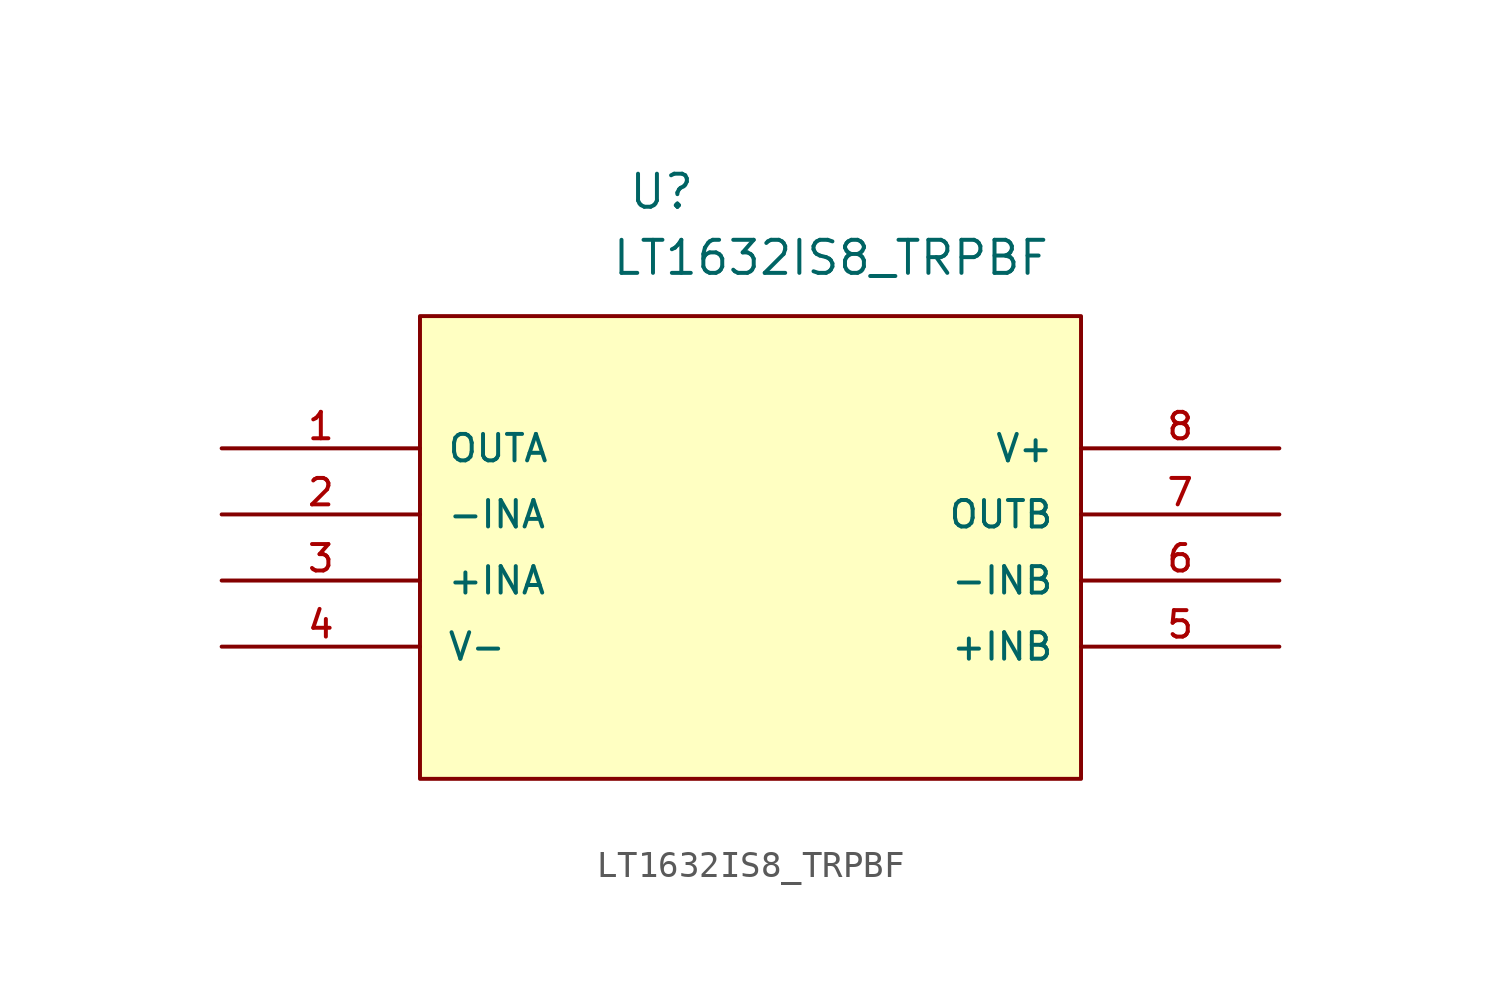
<source format=kicad_sym>
(kicad_symbol_lib
  (version 20211014)
  (generator kicad_symbol_editor)
  (symbol "LT1632IS8_TRPBF"
    (pin_names
      (offset 1.016))
    (property "Reference" "U"
      (at 15.596 9.119 0.0)
      (effects (font (size 1.27 1.27)) (justify bottom left)))
    (property "Value" "LT1632IS8_TRPBF"
      (at 14.961 6.579 0.0)
      (effects (font (size 1.27 1.27)) (justify bottom left)))
    (symbol "LT1632IS8_TRPBF_0_0"
      (rectangle (start 7.62 -12.7) (end 33.02 5.08) (stroke (width 0.152)) (fill (type background)))
      (pin output line (at 0.0 0.0 0) (length 7.62) (name "OUTA" (effects (font (size 1.016 1.016)))) (number "1" (effects (font (size 1.016 1.016)))))
      (pin input line (at 0.0 -2.54 0) (length 7.62) (name "-INA" (effects (font (size 1.016 1.016)))) (number "2" (effects (font (size 1.016 1.016)))))
      (pin input line (at 0.0 -5.08 0) (length 7.62) (name "+INA" (effects (font (size 1.016 1.016)))) (number "3" (effects (font (size 1.016 1.016)))))
      (pin power_in line (at 0.0 -7.62 0) (length 7.62) (name "V-" (effects (font (size 1.016 1.016)))) (number "4" (effects (font (size 1.016 1.016)))))
      (pin input line (at 40.64 -7.62 180.0) (length 7.62) (name "+INB" (effects (font (size 1.016 1.016)))) (number "5" (effects (font (size 1.016 1.016)))))
      (pin input line (at 40.64 -5.08 180.0) (length 7.62) (name "-INB" (effects (font (size 1.016 1.016)))) (number "6" (effects (font (size 1.016 1.016)))))
      (pin output line (at 40.64 -2.54 180.0) (length 7.62) (name "OUTB" (effects (font (size 1.016 1.016)))) (number "7" (effects (font (size 1.016 1.016)))))
      (pin power_in line (at 40.64 0.0 180.0) (length 7.62) (name "V+" (effects (font (size 1.016 1.016)))) (number "8" (effects (font (size 1.016 1.016))))))))
</source>
